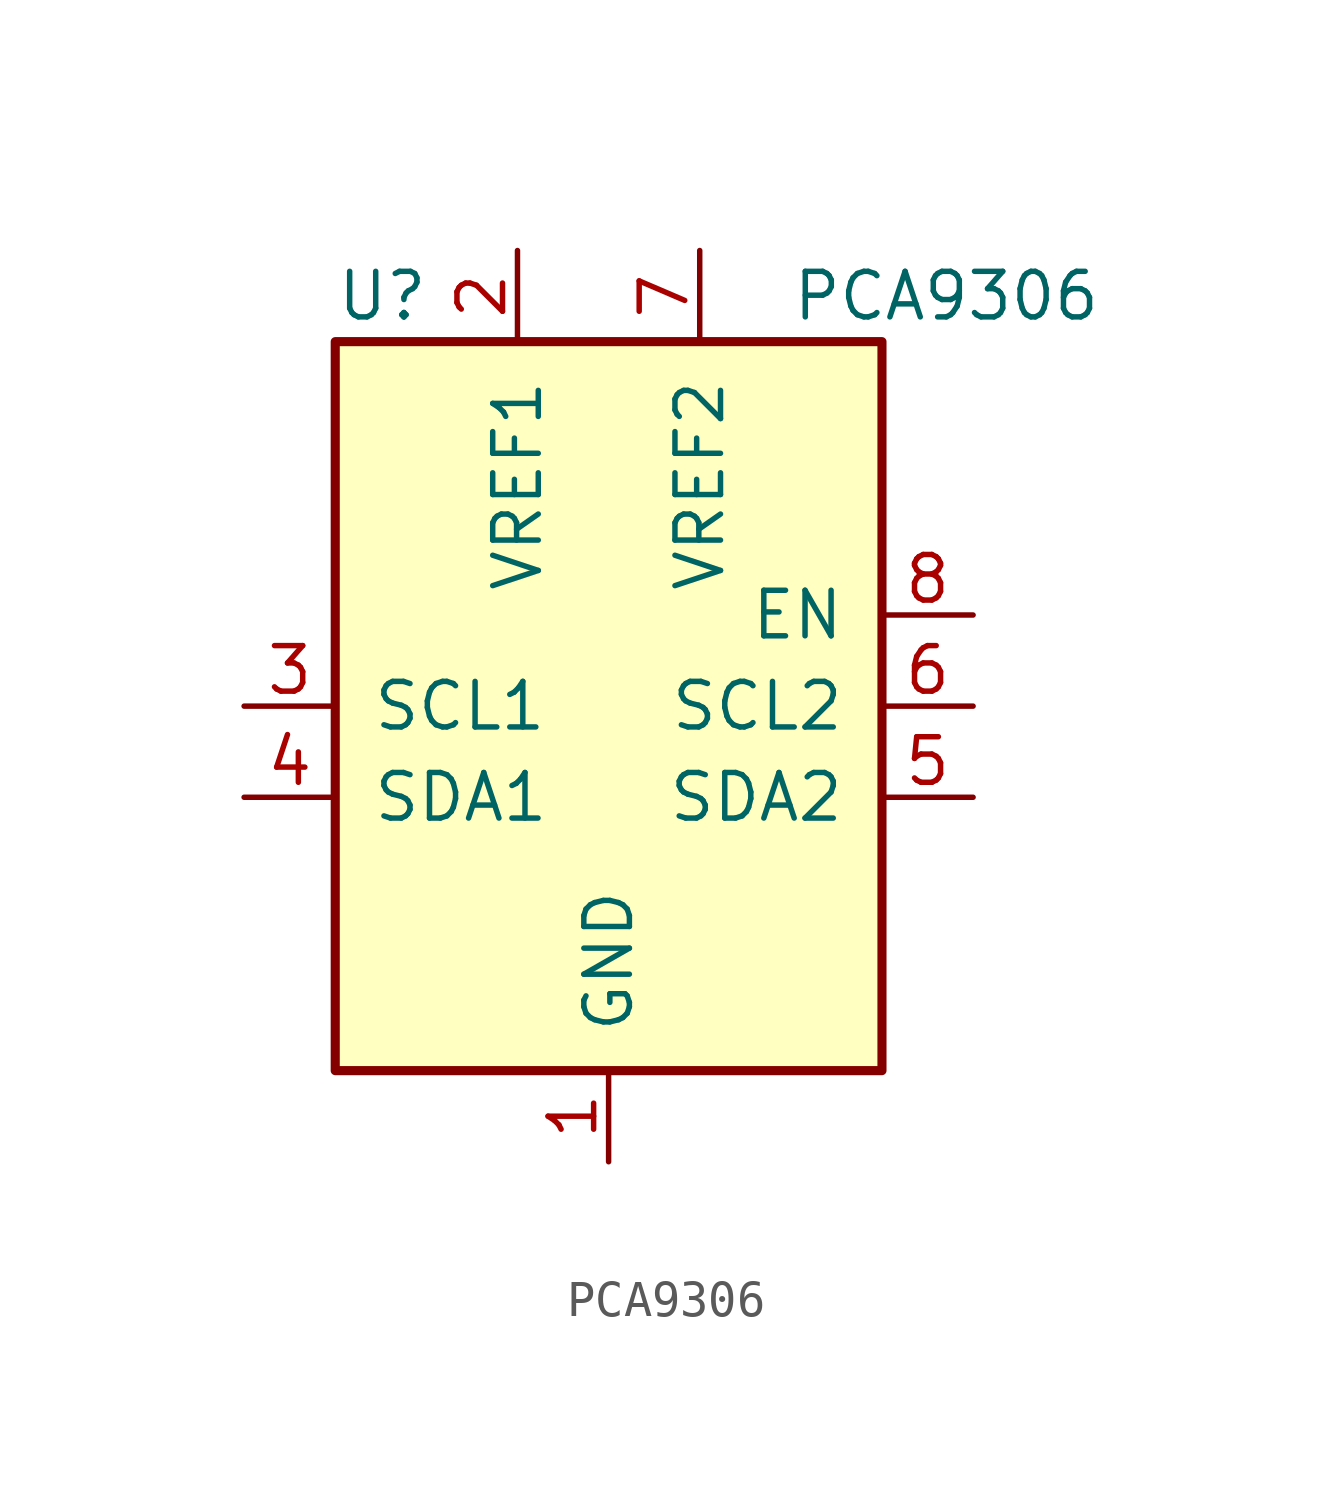
<source format=kicad_sym>
(kicad_symbol_lib
  (version 20200908)
  (generator kicad_symbol_editor)
  (symbol "Interface:PCA9306"
    (pin_names
      (offset 1.016))
    (property "Reference" "U"
      (at -7.62 11.43 0)
      (effects (font (size 1.27 1.27)) (justify left)))
    (property "Value" "PCA9306"
      (at 5.08 11.43 0)
      (effects (font (size 1.27 1.27)) (justify left)))
    (symbol "PCA9306_0_1"
      (rectangle (start -7.62 10.16) (end 7.62 -10.16) (stroke (width 0.254)) (fill (type background))))
    (symbol "PCA9306_1_1"
      (pin power_in line (at 0 -12.7 90) (length 2.54) (name "GND" (effects (font (size 1.27 1.27)))) (number "1" (effects (font (size 1.27 1.27)))))
      (pin power_in line (at -2.54 12.7 270) (length 2.54) (name "VREF1" (effects (font (size 1.27 1.27)))) (number "2" (effects (font (size 1.27 1.27)))))
      (pin bidirectional line (at -10.16 0 0) (length 2.54) (name "SCL1" (effects (font (size 1.27 1.27)))) (number "3" (effects (font (size 1.27 1.27)))))
      (pin bidirectional line (at -10.16 -2.54 0) (length 2.54) (name "SDA1" (effects (font (size 1.27 1.27)))) (number "4" (effects (font (size 1.27 1.27)))))
      (pin bidirectional line (at 10.16 -2.54 180) (length 2.54) (name "SDA2" (effects (font (size 1.27 1.27)))) (number "5" (effects (font (size 1.27 1.27)))))
      (pin bidirectional line (at 10.16 0 180) (length 2.54) (name "SCL2" (effects (font (size 1.27 1.27)))) (number "6" (effects (font (size 1.27 1.27)))))
      (pin power_in line (at 2.54 12.7 270) (length 2.54) (name "VREF2" (effects (font (size 1.27 1.27)))) (number "7" (effects (font (size 1.27 1.27)))))
      (pin input line (at 10.16 2.54 180) (length 2.54) (name "EN" (effects (font (size 1.27 1.27)))) (number "8" (effects (font (size 1.27 1.27))))))))
</source>
